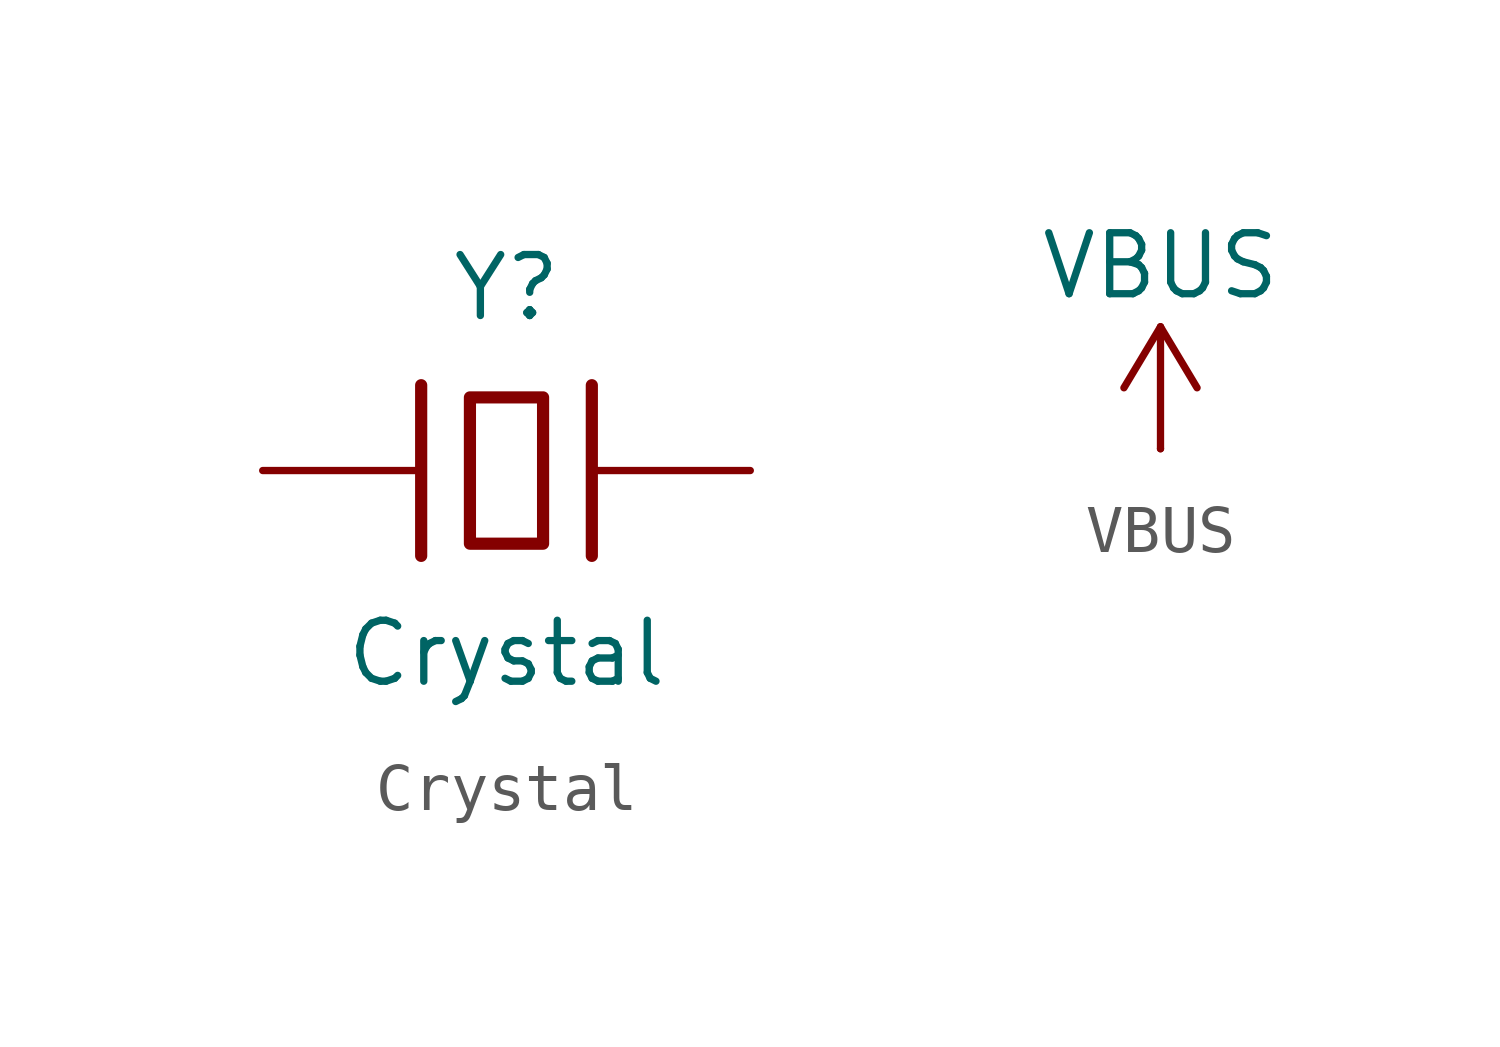
<source format=kicad_sym>
(kicad_symbol_lib
  (version 20231120)
  (generator "kicad_auto_builder")
  (generator_version "1.0")
  (symbol "Crystal"
    (pin_numbers hide)
    (pin_names
      (offset 1.016) hide)
    (property "Reference" "Y"
      (at 0 3.81 0)
      (effects (font (size 1.27 1.27))))
    (property "Value" "Crystal"
      (at 0 -3.81 0)
      (effects (font (size 1.27 1.27))))
    (symbol "Crystal_0_1"
      (rectangle (start -0.762 -1.524) (end 0.762 1.524) (stroke (width 0.254) (type default)) (fill (type none)))
      (polyline (pts (xy -1.778 -1.778) (xy -1.778 1.778)) (stroke (width 0.254) (type default)) (fill (type none)))
      (polyline (pts (xy 1.778 -1.778) (xy 1.778 1.778)) (stroke (width 0.254) (type default)) (fill (type none))))
    (symbol "Crystal_1_1"
      (pin passive line (at -5.08 0 0) (length 3.302) (name "1" (effects (font (size 1.27 1.27)))) (number "1" (effects (font (size 1.27 1.27)))))
      (pin passive line (at 5.08 0 180) (length 3.302) (name "2" (effects (font (size 1.27 1.27)))) (number "2" (effects (font (size 1.27 1.27)))))))
  (symbol "VBUS"
    (power)
    (pin_numbers hide)
    (pin_names
      (offset 0) hide)
    (property "Reference" "#PWR"
      (at 0 -3.81 0)
      (effects (font (size 1.27 1.27)) hide))
    (property "Value" "VBUS"
      (at 0 3.81 0)
      (effects (font (size 1.27 1.27))))
    (symbol "VBUS_0_1"
      (polyline (pts (xy -0.762 1.27) (xy 0 2.54)) (stroke (width 0) (type default)) (fill (type none)))
      (polyline (pts (xy 0 0) (xy 0 2.54)) (stroke (width 0) (type default)) (fill (type none)))
      (polyline (pts (xy 0 2.54) (xy 0.762 1.27)) (stroke (width 0) (type default)) (fill (type none))))
    (symbol "VBUS_1_1"
      (pin power_in line (at 0 0 90) (length 0) (name "VBUS" (effects (font (size 1.27 1.27)))) (number "1" (effects (font (size 1.27 1.27))))))))
</source>
